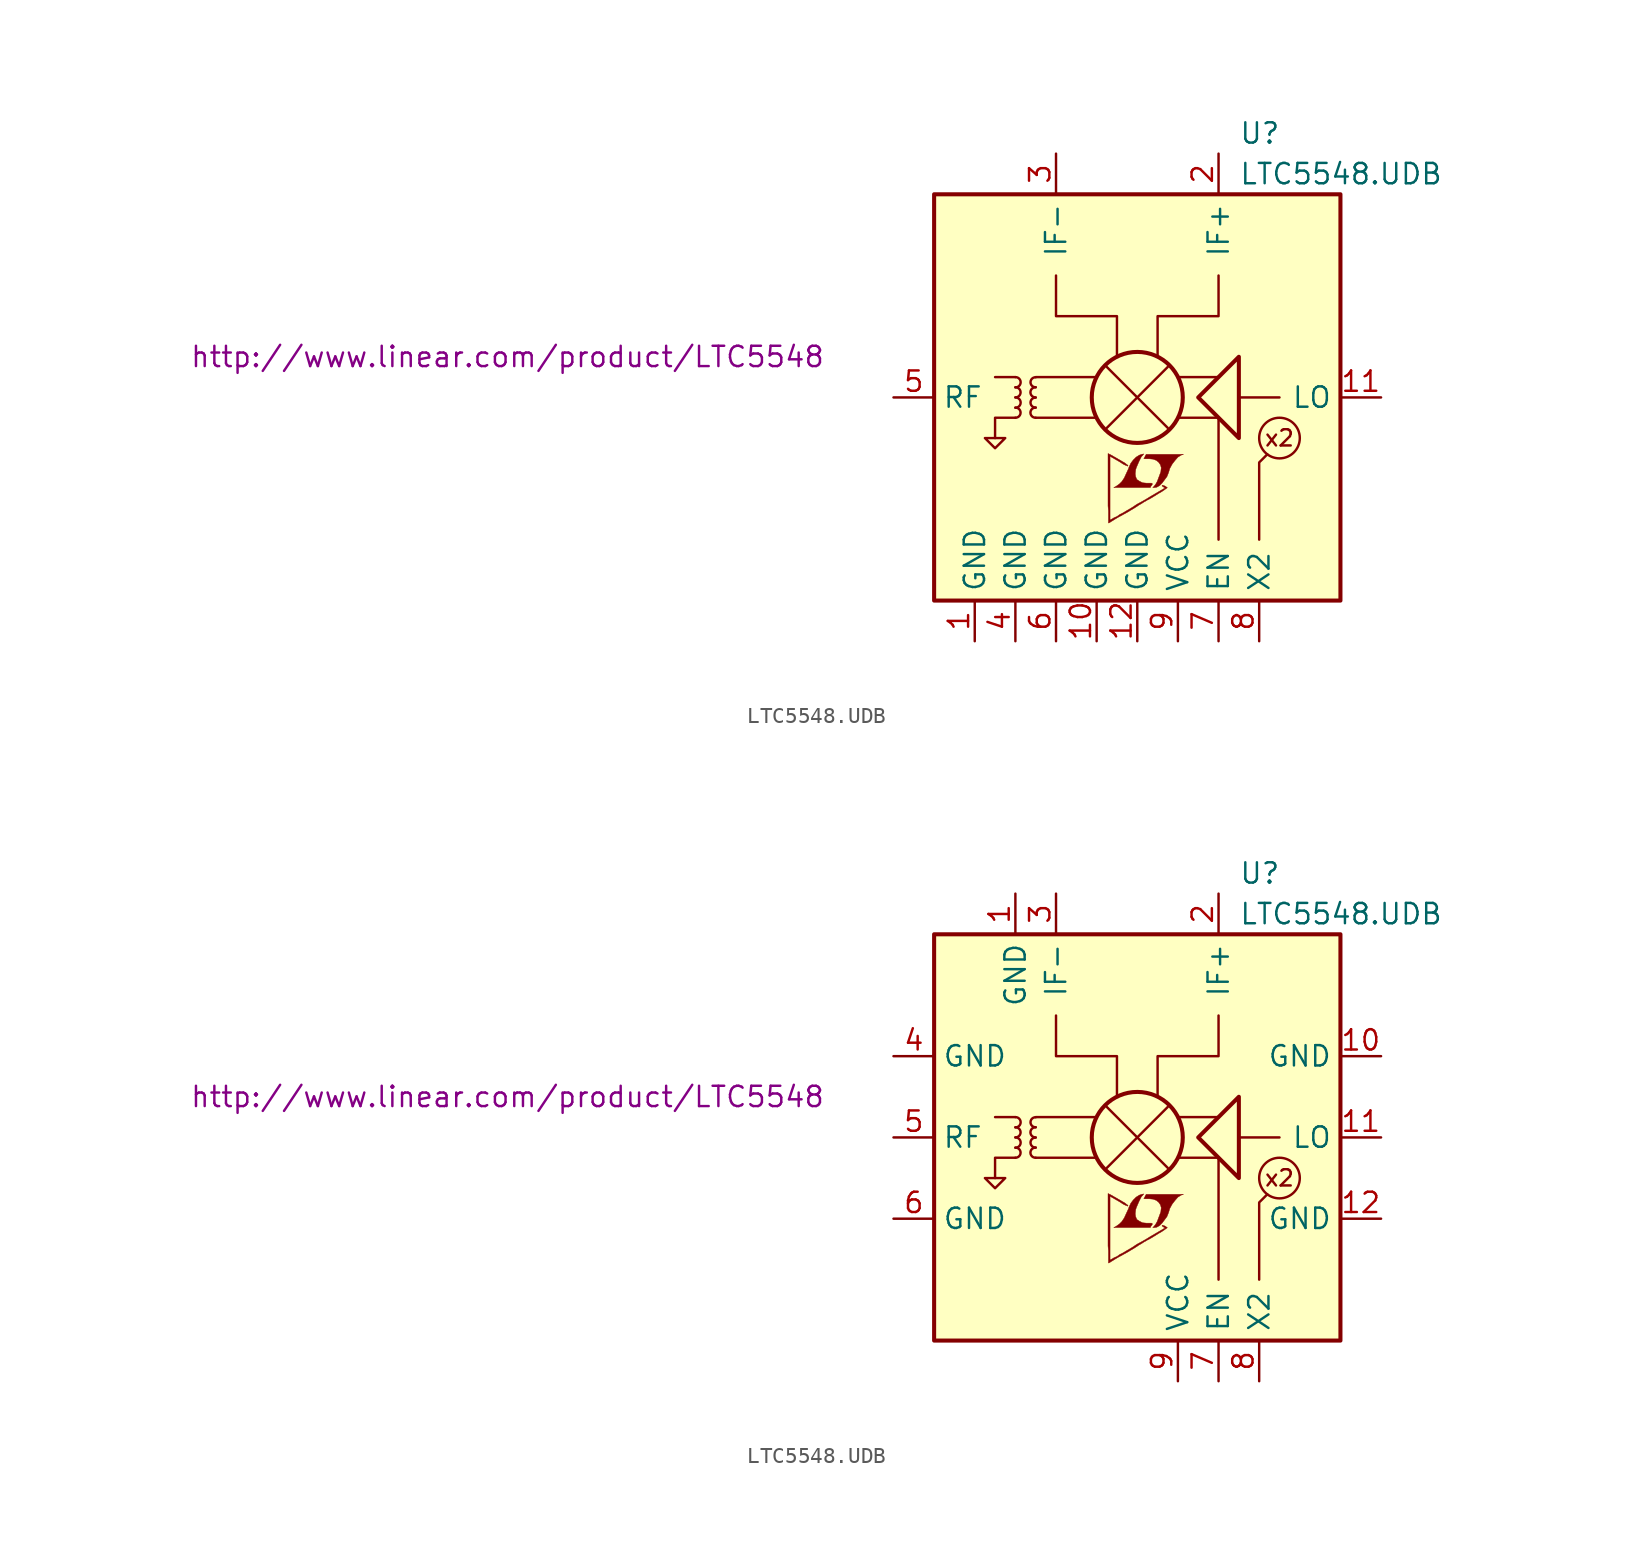
<source format=kicad_sym>
(kicad_symbol_lib
  (version 20201005)
  (generator kicad_symbol_editor)
  (symbol "LTC5548.UDB"
    (property "Reference" "U"
      (at 6.35 16.51 0)
      (effects (font (size 1.27 1.27)) (justify left)))
    (property "Value" "LTC5548.UDB"
      (at 6.35 13.97 0)
      (effects (font (size 1.27 1.27)) (justify left)))
    (property "Datasheet" "http://www.linear.com/product/LTC5548"
      (at -39.37 2.54 0)
      (effects (font (size 1.27 1.27))))
    (symbol "LTC5548.UDB_0_0"
      (arc (start -7.62 -1.27) (end -7.62 -0.635) (radius (at -7.62 -0.9652) (length 0.3048) (angles -89.9 89.9)) (stroke (width 0)) (fill (type none)))
      (arc (start -7.62 -0.635) (end -7.62 0) (radius (at -7.62 -0.3302) (length 0.3048) (angles -89.9 89.9)) (stroke (width 0)) (fill (type none)))
      (arc (start -7.62 0) (end -7.62 0.635) (radius (at -7.62 0.3048) (length 0.3048) (angles -89.9 89.9)) (stroke (width 0)) (fill (type none)))
      (arc (start -7.62 0.635) (end -7.62 1.27) (radius (at -7.62 0.9398) (length 0.3048) (angles -89.9 89.9)) (stroke (width 0)) (fill (type none)))
      (arc (start -6.35 -0.635) (end -6.35 -1.27) (radius (at -6.35 -0.9398) (length 0.3048) (angles 90.1 -90.1)) (stroke (width 0)) (fill (type none)))
      (arc (start -6.35 0) (end -6.35 -0.635) (radius (at -6.35 -0.3048) (length 0.3048) (angles 90.1 -90.1)) (stroke (width 0)) (fill (type none)))
      (arc (start -6.35 0.635) (end -6.35 0) (radius (at -6.35 0.3302) (length 0.3048) (angles 90.1 -90.1)) (stroke (width 0)) (fill (type none)))
      (arc (start -6.35 1.27) (end -6.35 0.635) (radius (at -6.35 0.9652) (length 0.3048) (angles 90.1 -90.1)) (stroke (width 0)) (fill (type none)))
      (circle (center 0 0) (radius 2.845) (stroke (width 0.254)) (fill (type none)))
      (circle (center 8.89 -2.54) (radius 1.27) (stroke (width 0)) (fill (type none)))
      (text "x2" (at 8.89 -2.54 0) (effects (font (size 1.016 1.016))))
      (rectangle (start 12.7 12.7) (end -12.7 -12.7) (stroke (width 0.254)) (fill (type background)))
      (polyline (pts (xy -7.62 1.27) (xy -8.89 1.27)) (stroke (width 0)) (fill (type none)))
      (polyline (pts (xy -6.35 -1.27) (xy -2.54 -1.27)) (stroke (width 0)) (fill (type none)))
      (polyline (pts (xy -6.35 1.27) (xy -2.54 1.27)) (stroke (width 0)) (fill (type none)))
      (polyline (pts (xy -1.905 1.905) (xy 1.905 -1.905)) (stroke (width 0)) (fill (type none)))
      (polyline (pts (xy 1.905 1.905) (xy -1.905 -1.905)) (stroke (width 0)) (fill (type none)))
      (polyline (pts (xy 5.08 -1.27) (xy 2.54 -1.27)) (stroke (width 0)) (fill (type none)))
      (polyline (pts (xy 5.08 -1.27) (xy 5.08 -8.89)) (stroke (width 0)) (fill (type none)))
      (polyline (pts (xy 5.08 1.27) (xy 2.54 1.27)) (stroke (width 0)) (fill (type none)))
      (polyline (pts (xy 6.35 0) (xy 8.89 0)) (stroke (width 0)) (fill (type none)))
      (polyline (pts (xy -7.62 -1.27) (xy -8.89 -1.27) (xy -8.89 -2.54)) (stroke (width 0)) (fill (type none)))
      (polyline (pts (xy 8.128 -3.556) (xy 7.62 -4.064) (xy 7.62 -8.89)) (stroke (width 0)) (fill (type none)))
      (polyline (pts (xy -8.89 -3.175) (xy -9.525 -2.54) (xy -8.255 -2.54) (xy -8.89 -3.175)) (stroke (width 0)) (fill (type none)))
      (polyline (pts (xy -1.27 2.54) (xy -1.27 5.08) (xy -5.08 5.08) (xy -5.08 7.62)) (stroke (width 0)) (fill (type none)))
      (polyline (pts (xy 1.27 2.54) (xy 1.27 5.08) (xy 5.08 5.08) (xy 5.08 7.62)) (stroke (width 0)) (fill (type none)))
      (polyline (pts (xy 3.81 0) (xy 6.35 2.54) (xy 6.35 -2.54) (xy 3.81 0)) (stroke (width 0.254)) (fill (type none)))
      (polyline (pts (xy 1.219 -5.613) (xy 1.397 -5.512) (xy 1.549 -5.359) (xy 1.854 -4.953) (xy 1.956 -4.699) (xy 2.032 -4.445) (xy 2.184 -4.166) (xy 2.362 -3.937) (xy 2.54 -3.734) (xy 2.743 -3.607) (xy 2.896 -3.556) (xy 0.559 -3.556) (xy 0.483 -3.683) (xy 0.483 -3.708) (xy 0.432 -3.785) (xy 0.406 -3.81) (xy 0.457 -3.835) (xy 0.737 -3.835) (xy 0.991 -3.861) (xy 1.194 -3.937) (xy 1.346 -4.064) (xy 1.448 -4.216) (xy 1.499 -4.394) (xy 1.473 -4.623) (xy 1.473 -4.648) (xy 1.245 -5.258) (xy 1.143 -5.436) (xy 1.041 -5.563) (xy 0.965 -5.639) (xy 1.067 -5.639) (xy 1.219 -5.613)) (stroke (width 0.025)) (fill (type outline)))
      (polyline (pts (xy 0.864 -5.537) (xy 0.889 -5.512) (xy 0.94 -5.436) (xy 0.94 -5.385) (xy 0.889 -5.359) (xy 0.584 -5.359) (xy 0.33 -5.334) (xy 0.127 -5.232) (xy -0.025 -5.131) (xy -0.102 -4.953) (xy -0.127 -4.775) (xy -0.102 -4.547) (xy -0.102 -4.521) (xy -0.051 -4.369) (xy 0.102 -4.013) (xy 0.254 -3.708) (xy 0.33 -3.632) (xy 0.406 -3.531) (xy 0.279 -3.556) (xy 0.127 -3.607) (xy -0.076 -3.734) (xy -0.254 -3.912) (xy -0.406 -4.115) (xy -0.533 -4.394) (xy -0.533 -4.42) (xy -0.686 -4.75) (xy -0.813 -5.029) (xy -0.965 -5.258) (xy -1.118 -5.41) (xy -1.295 -5.537) (xy -1.473 -5.639) (xy 0.813 -5.639) (xy 0.864 -5.537)) (stroke (width 0.025)) (fill (type outline)))
      (polyline (pts (xy -1.727 -7.823) (xy -1.651 -7.772) (xy -1.524 -7.696) (xy -1.448 -7.645) (xy -1.194 -7.493) (xy -0.635 -7.188) (xy -0.127 -6.883) (xy 0.102 -6.731) (xy 0.279 -6.629) (xy 0.432 -6.528) (xy 0.533 -6.477) (xy 0.61 -6.426) (xy 0.762 -6.35) (xy 0.94 -6.248) (xy 1.346 -5.994) (xy 1.524 -5.893) (xy 1.676 -5.791) (xy 1.778 -5.715) (xy 1.854 -5.664) (xy 1.88 -5.639) (xy 1.727 -5.537) (xy 1.575 -5.486) (xy 1.549 -5.512) (xy 1.549 -5.537) (xy 1.626 -5.588) (xy 1.727 -5.664) (xy 0.813 -6.198) (xy 0.61 -6.325) (xy 0.305 -6.502) (xy -0.025 -6.68) (xy -0.33 -6.883) (xy -0.635 -7.061) (xy -0.889 -7.214) (xy -1.092 -7.315) (xy -1.27 -7.442) (xy -1.448 -7.518) (xy -1.575 -7.595) (xy -1.676 -7.645) (xy -1.702 -7.671) (xy -1.702 -3.683) (xy -1.168 -3.988) (xy -1.041 -4.064) (xy -0.889 -4.166) (xy -0.737 -4.242) (xy -0.66 -4.267) (xy -0.61 -4.293) (xy -0.584 -4.293) (xy -0.584 -4.242) (xy -0.66 -4.191) (xy -0.787 -4.089) (xy -0.965 -3.988) (xy -1.092 -3.912) (xy -1.448 -3.708) (xy -1.575 -3.632) (xy -1.829 -3.505) (xy -1.829 -6.782) (xy -1.803 -7.087) (xy -1.803 -7.849) (xy -1.778 -7.849) (xy -1.727 -7.823)) (stroke (width 0.025)) (fill (type outline))))
    (symbol "LTC5548.UDB_1_1"
      (pin power_in line (at -10.16 -15.24 90) (length 2.54) (name "GND" (effects (font (size 1.27 1.27)))) (number "1" (effects (font (size 1.27 1.27)))))
      (pin power_in line (at -2.54 -15.24 90) (length 2.54) (name "GND" (effects (font (size 1.27 1.27)))) (number "10" (effects (font (size 1.27 1.27)))))
      (pin input line (at 15.24 0 180) (length 2.54) (name "LO" (effects (font (size 1.27 1.27)))) (number "11" (effects (font (size 1.27 1.27)))))
      (pin power_in line (at 0 -15.24 90) (length 2.54) (name "GND" (effects (font (size 1.27 1.27)))) (number "12" (effects (font (size 1.27 1.27)))))
      (pin output line (at 5.08 15.24 270) (length 2.54) (name "IF+" (effects (font (size 1.27 1.27)))) (number "2" (effects (font (size 1.27 1.27)))))
      (pin output line (at -5.08 15.24 270) (length 2.54) (name "IF-" (effects (font (size 1.27 1.27)))) (number "3" (effects (font (size 1.27 1.27)))))
      (pin power_in line (at -7.62 -15.24 90) (length 2.54) (name "GND" (effects (font (size 1.27 1.27)))) (number "4" (effects (font (size 1.27 1.27)))))
      (pin input line (at -15.24 0 0) (length 2.54) (name "RF" (effects (font (size 1.27 1.27)))) (number "5" (effects (font (size 1.27 1.27)))))
      (pin power_in line (at -5.08 -15.24 90) (length 2.54) (name "GND" (effects (font (size 1.27 1.27)))) (number "6" (effects (font (size 1.27 1.27)))))
      (pin input line (at 5.08 -15.24 90) (length 2.54) (name "EN" (effects (font (size 1.27 1.27)))) (number "7" (effects (font (size 1.27 1.27)))))
      (pin passive line (at 7.62 -15.24 90) (length 2.54) (name "X2" (effects (font (size 1.27 1.27)))) (number "8" (effects (font (size 1.27 1.27)))))
      (pin power_in line (at 2.54 -15.24 90) (length 2.54) (name "VCC" (effects (font (size 1.27 1.27)))) (number "9" (effects (font (size 1.27 1.27))))))
    (symbol "LTC5548.UDB_1_2"
      (pin power_in line (at -7.62 15.24 270) (length 2.54) (name "GND" (effects (font (size 1.27 1.27)))) (number "1" (effects (font (size 1.27 1.27)))))
      (pin power_in line (at 15.24 5.08 180) (length 2.54) (name "GND" (effects (font (size 1.27 1.27)))) (number "10" (effects (font (size 1.27 1.27)))))
      (pin input line (at 15.24 0 180) (length 2.54) (name "LO" (effects (font (size 1.27 1.27)))) (number "11" (effects (font (size 1.27 1.27)))))
      (pin power_in line (at 15.24 -5.08 180) (length 2.54) (name "GND" (effects (font (size 1.27 1.27)))) (number "12" (effects (font (size 1.27 1.27)))))
      (pin output line (at 5.08 15.24 270) (length 2.54) (name "IF+" (effects (font (size 1.27 1.27)))) (number "2" (effects (font (size 1.27 1.27)))))
      (pin output line (at -5.08 15.24 270) (length 2.54) (name "IF-" (effects (font (size 1.27 1.27)))) (number "3" (effects (font (size 1.27 1.27)))))
      (pin power_in line (at -15.24 5.08 0) (length 2.54) (name "GND" (effects (font (size 1.27 1.27)))) (number "4" (effects (font (size 1.27 1.27)))))
      (pin input line (at -15.24 0 0) (length 2.54) (name "RF" (effects (font (size 1.27 1.27)))) (number "5" (effects (font (size 1.27 1.27)))))
      (pin power_in line (at -15.24 -5.08 0) (length 2.54) (name "GND" (effects (font (size 1.27 1.27)))) (number "6" (effects (font (size 1.27 1.27)))))
      (pin input line (at 5.08 -15.24 90) (length 2.54) (name "EN" (effects (font (size 1.27 1.27)))) (number "7" (effects (font (size 1.27 1.27)))))
      (pin passive line (at 7.62 -15.24 90) (length 2.54) (name "X2" (effects (font (size 1.27 1.27)))) (number "8" (effects (font (size 1.27 1.27)))))
      (pin power_in line (at 2.54 -15.24 90) (length 2.54) (name "VCC" (effects (font (size 1.27 1.27)))) (number "9" (effects (font (size 1.27 1.27))))))))
</source>
